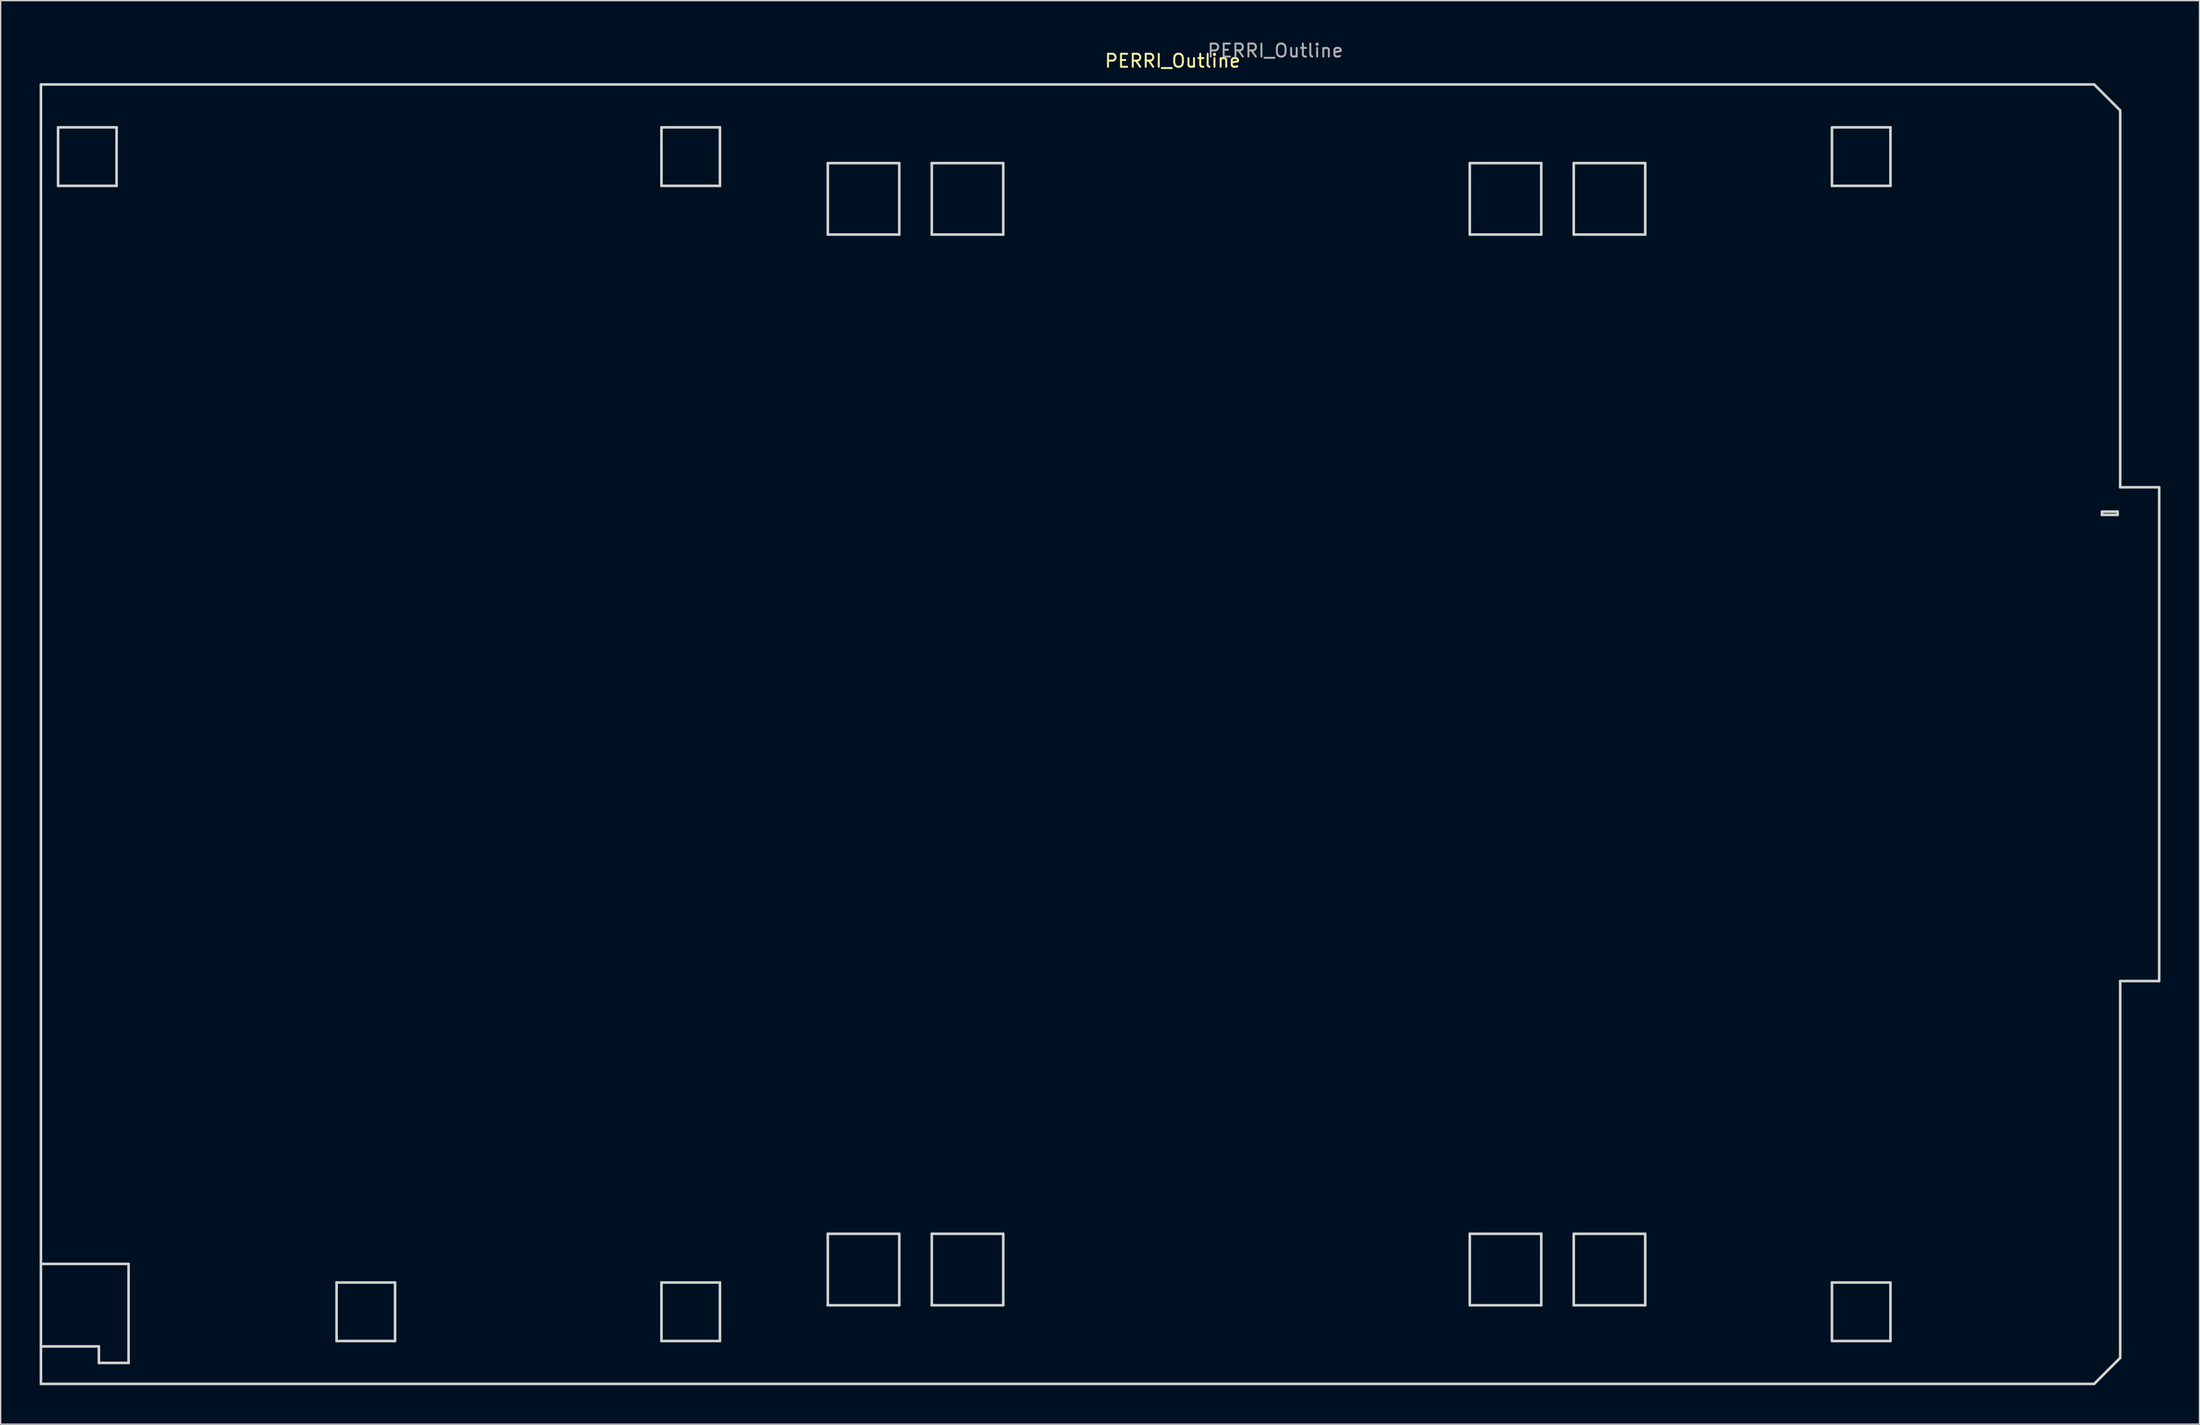
<source format=kicad_pcb>
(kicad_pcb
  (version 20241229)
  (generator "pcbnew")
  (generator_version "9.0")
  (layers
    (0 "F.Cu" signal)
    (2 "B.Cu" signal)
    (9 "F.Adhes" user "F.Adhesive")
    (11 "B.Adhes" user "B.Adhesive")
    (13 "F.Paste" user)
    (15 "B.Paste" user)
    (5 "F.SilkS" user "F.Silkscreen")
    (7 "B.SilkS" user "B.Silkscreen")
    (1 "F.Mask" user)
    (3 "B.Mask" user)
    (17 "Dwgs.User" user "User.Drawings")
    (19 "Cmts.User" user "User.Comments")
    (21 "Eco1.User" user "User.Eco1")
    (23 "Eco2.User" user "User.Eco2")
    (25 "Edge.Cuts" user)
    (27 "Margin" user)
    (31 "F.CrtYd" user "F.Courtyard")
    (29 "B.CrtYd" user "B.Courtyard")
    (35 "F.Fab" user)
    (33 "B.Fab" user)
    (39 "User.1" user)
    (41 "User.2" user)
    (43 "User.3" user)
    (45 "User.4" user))
  (footprint "PERRI_Outline"
    (layer "F.Cu")
    (at 87.112 47.457)
    (property "Reference" "PERRI_Outline" (at 0.076 -45.822 0) (unlocked yes) (layer "F.SilkS") (effects (font (size 1 1) (thickness 0.15))))
    (attr smd)
    (fp_line (start -87.012 -44.006) (end 70.988 -44.006) (stroke (width 0.2) (type solid)) (layer "Edge.Cuts"))
    (fp_line (start -87.012 53.111) (end -82.553 53.111) (stroke (width 0.2) (type solid)) (layer "Edge.Cuts"))
    (fp_line (start -87.012 55.994) (end -87.012 -44.006) (stroke (width 0.2) (type solid)) (layer "Edge.Cuts"))
    (fp_line (start -85.692 -40.706) (end -81.191 -40.706) (stroke (width 0.2) (type solid)) (layer "Edge.Cuts"))
    (fp_line (start -85.692 -36.205) (end -85.692 -40.706) (stroke (width 0.2) (type solid)) (layer "Edge.Cuts"))
    (fp_line (start -82.553 53.111) (end -82.553 54.381) (stroke (width 0.2) (type solid)) (layer "Edge.Cuts"))
    (fp_line (start -82.553 54.381) (end -80.267 54.381) (stroke (width 0.2) (type solid)) (layer "Edge.Cuts"))
    (fp_line (start -81.191 -40.706) (end -81.191 -36.205) (stroke (width 0.2) (type solid)) (layer "Edge.Cuts"))
    (fp_line (start -81.191 -36.205) (end -85.692 -36.205) (stroke (width 0.2) (type solid)) (layer "Edge.Cuts"))
    (fp_line (start -80.267 46.761) (end -87.012 46.761) (stroke (width 0.2) (type solid)) (layer "Edge.Cuts"))
    (fp_line (start -80.267 54.381) (end -80.267 46.761) (stroke (width 0.2) (type solid)) (layer "Edge.Cuts"))
    (fp_line (start -64.262 48.194) (end -59.761 48.194) (stroke (width 0.2) (type solid)) (layer "Edge.Cuts"))
    (fp_line (start -64.262 52.695) (end -64.262 48.194) (stroke (width 0.2) (type solid)) (layer "Edge.Cuts"))
    (fp_line (start -59.761 48.194) (end -59.761 52.695) (stroke (width 0.2) (type solid)) (layer "Edge.Cuts"))
    (fp_line (start -59.761 52.695) (end -64.262 52.695) (stroke (width 0.2) (type solid)) (layer "Edge.Cuts"))
    (fp_line (start -39.262 -40.706) (end -34.761 -40.706) (stroke (width 0.2) (type solid)) (layer "Edge.Cuts"))
    (fp_line (start -39.262 -36.205) (end -39.262 -40.706) (stroke (width 0.2) (type solid)) (layer "Edge.Cuts"))
    (fp_line (start -39.262 48.194) (end -34.761 48.194) (stroke (width 0.2) (type solid)) (layer "Edge.Cuts"))
    (fp_line (start -39.262 52.695) (end -39.262 48.194) (stroke (width 0.2) (type solid)) (layer "Edge.Cuts"))
    (fp_line (start -34.761 -40.706) (end -34.761 -36.205) (stroke (width 0.2) (type solid)) (layer "Edge.Cuts"))
    (fp_line (start -34.761 -36.205) (end -39.262 -36.205) (stroke (width 0.2) (type solid)) (layer "Edge.Cuts"))
    (fp_line (start -34.761 48.194) (end -34.761 52.695) (stroke (width 0.2) (type solid)) (layer "Edge.Cuts"))
    (fp_line (start -34.761 52.695) (end -39.262 52.695) (stroke (width 0.2) (type solid)) (layer "Edge.Cuts"))
    (fp_line (start -26.461 -37.955) (end -20.962 -37.955) (stroke (width 0.2) (type solid)) (layer "Edge.Cuts"))
    (fp_line (start -26.461 -32.456) (end -26.461 -37.955) (stroke (width 0.2) (type solid)) (layer "Edge.Cuts"))
    (fp_line (start -26.461 44.445) (end -20.962 44.445) (stroke (width 0.2) (type solid)) (layer "Edge.Cuts"))
    (fp_line (start -26.461 49.944) (end -26.461 44.445) (stroke (width 0.2) (type solid)) (layer "Edge.Cuts"))
    (fp_line (start -20.962 -37.955) (end -20.962 -32.456) (stroke (width 0.2) (type solid)) (layer "Edge.Cuts"))
    (fp_line (start -20.962 -32.456) (end -26.461 -32.456) (stroke (width 0.2) (type solid)) (layer "Edge.Cuts"))
    (fp_line (start -20.962 44.445) (end -20.962 49.944) (stroke (width 0.2) (type solid)) (layer "Edge.Cuts"))
    (fp_line (start -20.962 49.944) (end -26.461 49.944) (stroke (width 0.2) (type solid)) (layer "Edge.Cuts"))
    (fp_line (start -18.461 -37.955) (end -12.962 -37.955) (stroke (width 0.2) (type solid)) (layer "Edge.Cuts"))
    (fp_line (start -18.461 -32.456) (end -18.461 -37.955) (stroke (width 0.2) (type solid)) (layer "Edge.Cuts"))
    (fp_line (start -18.461 44.445) (end -12.962 44.445) (stroke (width 0.2) (type solid)) (layer "Edge.Cuts"))
    (fp_line (start -18.461 49.944) (end -18.461 44.445) (stroke (width 0.2) (type solid)) (layer "Edge.Cuts"))
    (fp_line (start -12.962 -37.955) (end -12.962 -32.456) (stroke (width 0.2) (type solid)) (layer "Edge.Cuts"))
    (fp_line (start -12.962 -32.456) (end -18.461 -32.456) (stroke (width 0.2) (type solid)) (layer "Edge.Cuts"))
    (fp_line (start -12.962 44.445) (end -12.962 49.944) (stroke (width 0.2) (type solid)) (layer "Edge.Cuts"))
    (fp_line (start -12.962 49.944) (end -18.461 49.944) (stroke (width 0.2) (type solid)) (layer "Edge.Cuts"))
    (fp_line (start 22.939 -37.955) (end 28.438 -37.955) (stroke (width 0.2) (type solid)) (layer "Edge.Cuts"))
    (fp_line (start 22.939 -32.456) (end 22.939 -37.955) (stroke (width 0.2) (type solid)) (layer "Edge.Cuts"))
    (fp_line (start 22.939 44.445) (end 28.438 44.445) (stroke (width 0.2) (type solid)) (layer "Edge.Cuts"))
    (fp_line (start 22.939 49.944) (end 22.939 44.445) (stroke (width 0.2) (type solid)) (layer "Edge.Cuts"))
    (fp_line (start 28.438 -37.955) (end 28.438 -32.456) (stroke (width 0.2) (type solid)) (layer "Edge.Cuts"))
    (fp_line (start 28.438 -32.456) (end 22.939 -32.456) (stroke (width 0.2) (type solid)) (layer "Edge.Cuts"))
    (fp_line (start 28.438 44.445) (end 28.438 49.944) (stroke (width 0.2) (type solid)) (layer "Edge.Cuts"))
    (fp_line (start 28.438 49.944) (end 22.939 49.944) (stroke (width 0.2) (type solid)) (layer "Edge.Cuts"))
    (fp_line (start 30.939 -37.955) (end 36.438 -37.955) (stroke (width 0.2) (type solid)) (layer "Edge.Cuts"))
    (fp_line (start 30.939 -32.456) (end 30.939 -37.955) (stroke (width 0.2) (type solid)) (layer "Edge.Cuts"))
    (fp_line (start 30.939 44.445) (end 36.438 44.445) (stroke (width 0.2) (type solid)) (layer "Edge.Cuts"))
    (fp_line (start 30.939 49.944) (end 30.939 44.445) (stroke (width 0.2) (type solid)) (layer "Edge.Cuts"))
    (fp_line (start 36.438 -37.955) (end 36.438 -32.456) (stroke (width 0.2) (type solid)) (layer "Edge.Cuts"))
    (fp_line (start 36.438 -32.456) (end 30.939 -32.456) (stroke (width 0.2) (type solid)) (layer "Edge.Cuts"))
    (fp_line (start 36.438 44.445) (end 36.438 49.944) (stroke (width 0.2) (type solid)) (layer "Edge.Cuts"))
    (fp_line (start 36.438 49.944) (end 30.939 49.944) (stroke (width 0.2) (type solid)) (layer "Edge.Cuts"))
    (fp_line (start 50.808 -40.706) (end 55.309 -40.706) (stroke (width 0.2) (type solid)) (layer "Edge.Cuts"))
    (fp_line (start 50.808 -36.205) (end 50.808 -40.706) (stroke (width 0.2) (type solid)) (layer "Edge.Cuts"))
    (fp_line (start 50.808 48.194) (end 55.309 48.194) (stroke (width 0.2) (type solid)) (layer "Edge.Cuts"))
    (fp_line (start 50.808 52.695) (end 50.808 48.194) (stroke (width 0.2) (type solid)) (layer "Edge.Cuts"))
    (fp_line (start 55.309 -40.706) (end 55.309 -36.205) (stroke (width 0.2) (type solid)) (layer "Edge.Cuts"))
    (fp_line (start 55.309 -36.205) (end 50.808 -36.205) (stroke (width 0.2) (type solid)) (layer "Edge.Cuts"))
    (fp_line (start 55.309 48.194) (end 55.309 52.695) (stroke (width 0.2) (type solid)) (layer "Edge.Cuts"))
    (fp_line (start 55.309 52.695) (end 50.808 52.695) (stroke (width 0.2) (type solid)) (layer "Edge.Cuts"))
    (fp_line (start 70.988 -44.006) (end 72.988 -42.006) (stroke (width 0.2) (type solid)) (layer "Edge.Cuts"))
    (fp_line (start 70.988 55.994) (end -87.012 55.994) (stroke (width 0.2) (type solid)) (layer "Edge.Cuts"))
    (fp_line (start 71.588 -11.131) (end 72.788 -11.131) (stroke (width 0.2) (type solid)) (layer "Edge.Cuts"))
    (fp_line (start 71.588 -10.881) (end 71.588 -11.131) (stroke (width 0.2) (type solid)) (layer "Edge.Cuts"))
    (fp_line (start 71.588 -10.881) (end 72.788 -10.881) (stroke (width 0.2) (type solid)) (layer "Edge.Cuts"))
    (fp_line (start 72.788 -10.881) (end 72.788 -11.131) (stroke (width 0.2) (type solid)) (layer "Edge.Cuts"))
    (fp_line (start 72.988 -42.006) (end 72.988 -13.006) (stroke (width 0.2) (type solid)) (layer "Edge.Cuts"))
    (fp_line (start 72.988 -13.006) (end 75.988 -13.006) (stroke (width 0.2) (type solid)) (layer "Edge.Cuts"))
    (fp_line (start 72.988 24.994) (end 72.988 53.994) (stroke (width 0.2) (type solid)) (layer "Edge.Cuts"))
    (fp_line (start 72.988 53.994) (end 70.988 55.994) (stroke (width 0.2) (type solid)) (layer "Edge.Cuts"))
    (fp_line (start 75.988 -13.006) (end 75.988 24.994) (stroke (width 0.2) (type solid)) (layer "Edge.Cuts"))
    (fp_line (start 75.988 24.994) (end 72.988 24.994) (stroke (width 0.2) (type solid)) (layer "Edge.Cuts"))
    (fp_text user "${REFERENCE}" (at 7.976 -46.609 0) (unlocked yes) (layer "F.Fab") (effects (font (size 1 1) (thickness 0.15)))))
  (gr_rect
    (start -3 -3)
    (end 166.2 106.552)
    (stroke (width 0.1) (type default))
    (fill no)
    (layer "Edge.Cuts")))
</source>
